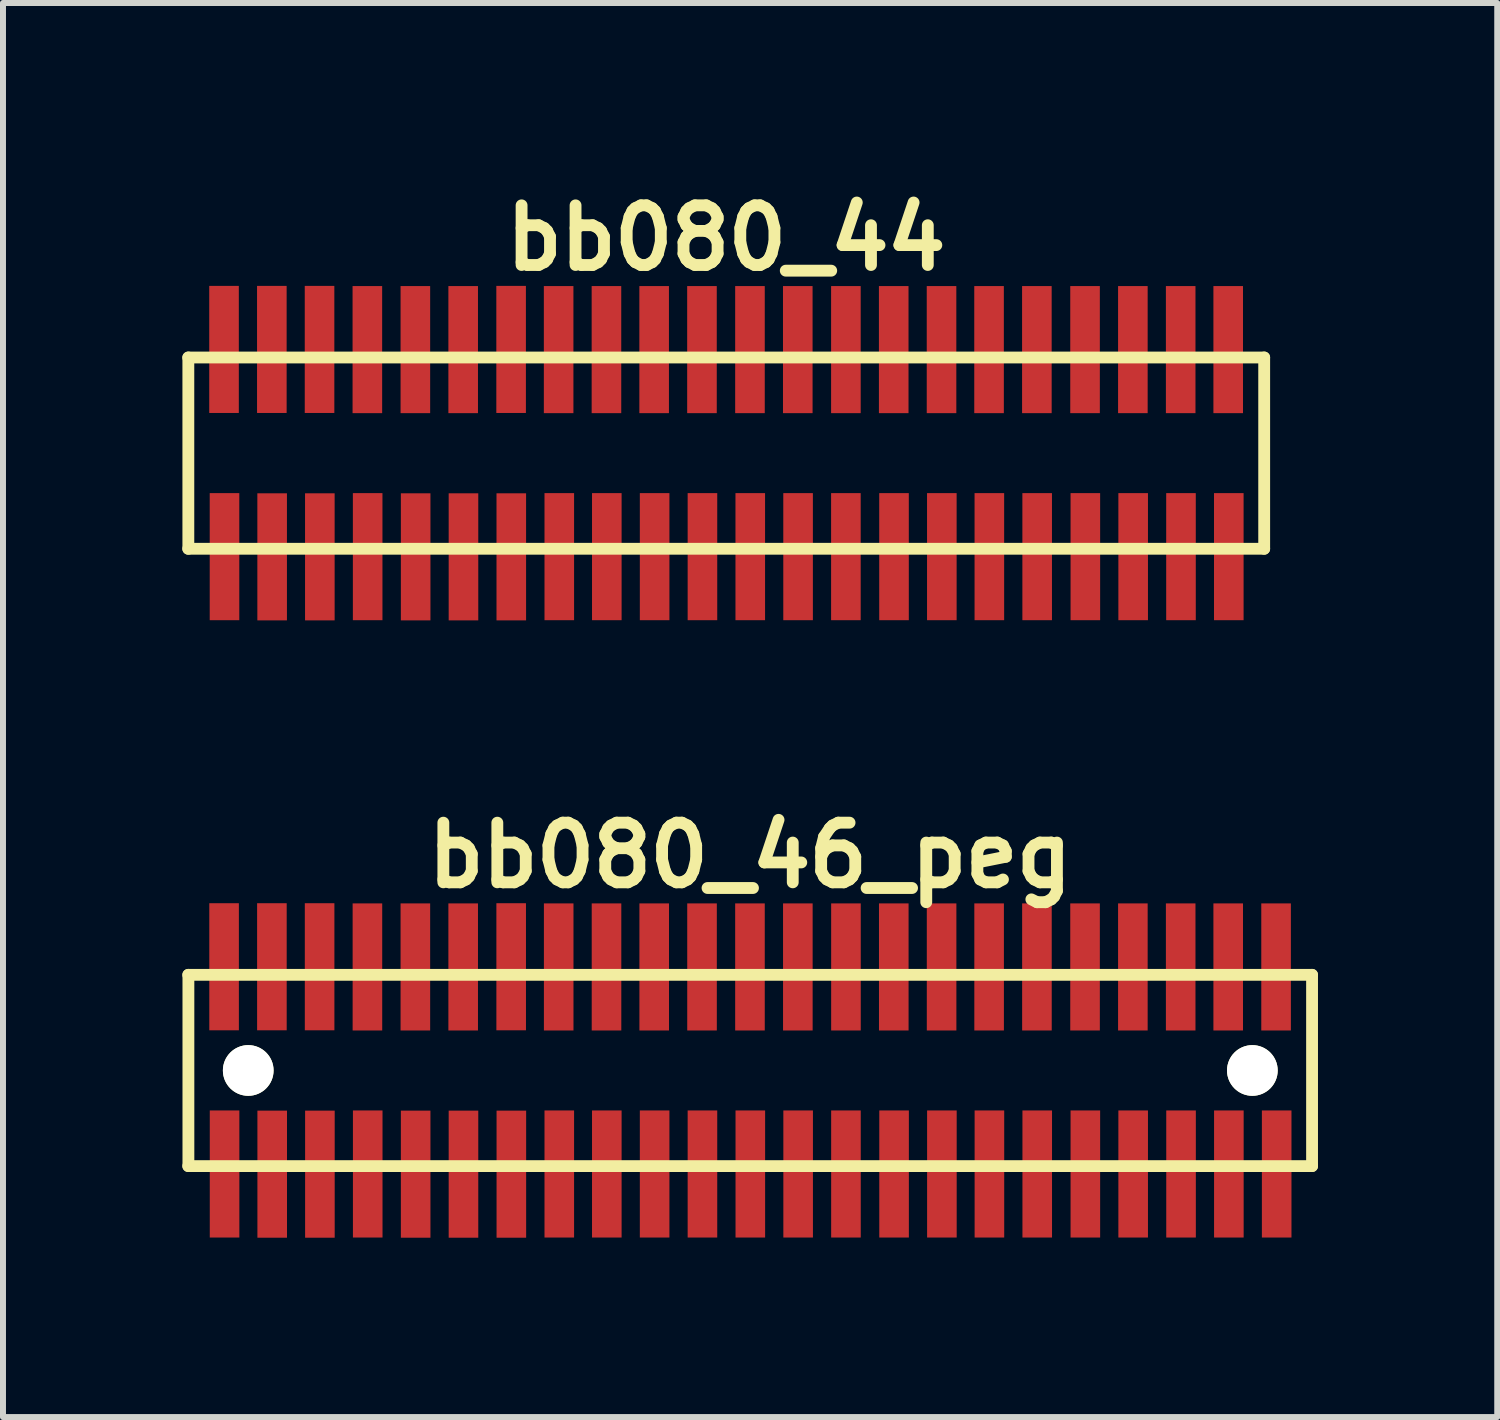
<source format=kicad_pcb>
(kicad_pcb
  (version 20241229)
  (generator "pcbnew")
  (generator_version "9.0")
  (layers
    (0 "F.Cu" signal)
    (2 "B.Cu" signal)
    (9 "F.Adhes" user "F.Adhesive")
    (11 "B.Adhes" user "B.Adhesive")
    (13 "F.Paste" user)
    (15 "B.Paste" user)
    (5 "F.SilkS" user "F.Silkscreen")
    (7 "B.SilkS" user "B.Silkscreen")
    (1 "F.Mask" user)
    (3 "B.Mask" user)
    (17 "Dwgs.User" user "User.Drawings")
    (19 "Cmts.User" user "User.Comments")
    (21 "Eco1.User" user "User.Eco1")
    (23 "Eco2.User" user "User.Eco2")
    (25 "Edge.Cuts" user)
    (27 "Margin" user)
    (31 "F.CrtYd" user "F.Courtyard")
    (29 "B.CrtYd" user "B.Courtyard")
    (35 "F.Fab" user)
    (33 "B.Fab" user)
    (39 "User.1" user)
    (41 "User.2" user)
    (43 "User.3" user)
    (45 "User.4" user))
  (footprint "bb080_44"
    (layer "F.Cu")
    (at 9.098 4.531)
    (property "Reference" "bb080_44" (at 0 -3.599 0) (layer "F.SilkS") (effects (font (size 0.998 0.998) (thickness 0.198))))
    (attr through_hole)
    (fp_line (start -8.999 -1.6) (end 9.002 -1.6) (stroke (width 0.198) (type solid)) (layer "F.SilkS"))
    (fp_line (start -8.997 -1.6) (end -8.997 1.6) (stroke (width 0.198) (type solid)) (layer "F.SilkS"))
    (fp_line (start 9.002 1.6) (end -8.999 1.6) (stroke (width 0.198) (type solid)) (layer "F.SilkS"))
    (fp_line (start 9.002 1.6) (end 9.002 -1.6) (stroke (width 0.198) (type solid)) (layer "F.SilkS"))
    (pad "1" smd rect (at -8.392 1.732) (size 0.495 2.126) (layers "F.Cu" "F.Mask" "F.Paste"))
    (pad "2" smd rect (at -8.4 -1.735) (size 0.495 2.126) (layers "F.Cu" "F.Mask" "F.Paste"))
    (pad "3" smd rect (at -7.595 1.735) (size 0.495 2.126) (layers "F.Cu" "F.Mask" "F.Paste"))
    (pad "4" smd rect (at -7.6 -1.735) (size 0.495 2.126) (layers "F.Cu" "F.Mask" "F.Paste"))
    (pad "5" smd rect (at -6.797 1.735) (size 0.495 2.126) (layers "F.Cu" "F.Mask" "F.Paste"))
    (pad "6" smd rect (at -6.802 -1.735) (size 0.495 2.126) (layers "F.Cu" "F.Mask" "F.Paste"))
    (pad "7" smd rect (at -5.997 1.732) (size 0.495 2.126) (layers "F.Cu" "F.Mask" "F.Paste"))
    (pad "8" smd rect (at -6.002 -1.732) (size 0.495 2.126) (layers "F.Cu" "F.Mask" "F.Paste"))
    (pad "9" smd rect (at -5.194 1.735) (size 0.495 2.126) (layers "F.Cu" "F.Mask" "F.Paste"))
    (pad "10" smd rect (at -5.199 -1.732) (size 0.495 2.126) (layers "F.Cu" "F.Mask" "F.Paste"))
    (pad "11" smd rect (at -4.394 1.735) (size 0.495 2.126) (layers "F.Cu" "F.Mask" "F.Paste"))
    (pad "12" smd rect (at -4.399 -1.732) (size 0.495 2.126) (layers "F.Cu" "F.Mask" "F.Paste"))
    (pad "13" smd rect (at -3.594 1.735) (size 0.495 2.126) (layers "F.Cu" "F.Mask" "F.Paste"))
    (pad "14" smd rect (at -3.597 -1.735) (size 0.495 2.126) (layers "F.Cu" "F.Mask" "F.Paste"))
    (pad "15" smd rect (at -2.791 1.732) (size 0.495 2.126) (layers "F.Cu" "F.Mask" "F.Paste"))
    (pad "16" smd rect (at -2.802 -1.732) (size 0.495 2.126) (layers "F.Cu" "F.Mask" "F.Paste"))
    (pad "17" smd rect (at -1.996 1.732) (size 0.495 2.126) (layers "F.Cu" "F.Mask" "F.Paste"))
    (pad "18" smd rect (at -2.002 -1.732) (size 0.495 2.126) (layers "F.Cu" "F.Mask" "F.Paste"))
    (pad "19" smd rect (at -1.196 1.732) (size 0.495 2.126) (layers "F.Cu" "F.Mask" "F.Paste"))
    (pad "20" smd rect (at -1.204 -1.732) (size 0.495 2.126) (layers "F.Cu" "F.Mask" "F.Paste"))
    (pad "21" smd rect (at -0.396 1.732) (size 0.495 2.126) (layers "F.Cu" "F.Mask" "F.Paste"))
    (pad "22" smd rect (at -0.404 -1.732) (size 0.495 2.126) (layers "F.Cu" "F.Mask" "F.Paste"))
    (pad "23" smd rect (at 0.404 1.732) (size 0.495 2.126) (layers "F.Cu" "F.Mask" "F.Paste"))
    (pad "24" smd rect (at 0.399 -1.732) (size 0.495 2.126) (layers "F.Cu" "F.Mask" "F.Paste"))
    (pad "25" smd rect (at 1.204 1.732) (size 0.495 2.126) (layers "F.Cu" "F.Mask" "F.Paste"))
    (pad "26" smd rect (at 1.199 -1.732) (size 0.495 2.126) (layers "F.Cu" "F.Mask" "F.Paste"))
    (pad "27" smd rect (at 2.004 1.732) (size 0.495 2.126) (layers "F.Cu" "F.Mask" "F.Paste"))
    (pad "28" smd rect (at 2.004 -1.732) (size 0.495 2.126) (layers "F.Cu" "F.Mask" "F.Paste"))
    (pad "29" smd rect (at 2.809 1.732) (size 0.495 2.126) (layers "F.Cu" "F.Mask" "F.Paste"))
    (pad "30" smd rect (at 2.804 -1.732) (size 0.495 2.126) (layers "F.Cu" "F.Mask" "F.Paste"))
    (pad "31" smd rect (at 3.609 1.732) (size 0.495 2.126) (layers "F.Cu" "F.Mask" "F.Paste"))
    (pad "32" smd rect (at 3.604 -1.732) (size 0.495 2.126) (layers "F.Cu" "F.Mask" "F.Paste"))
    (pad "33" smd rect (at 4.404 1.732) (size 0.495 2.126) (layers "F.Cu" "F.Mask" "F.Paste"))
    (pad "34" smd rect (at 4.399 -1.732) (size 0.495 2.126) (layers "F.Cu" "F.Mask" "F.Paste"))
    (pad "35" smd rect (at 5.204 1.732) (size 0.495 2.126) (layers "F.Cu" "F.Mask" "F.Paste"))
    (pad "36" smd rect (at 5.199 -1.732) (size 0.495 2.126) (layers "F.Cu" "F.Mask" "F.Paste"))
    (pad "37" smd rect (at 6.01 1.732) (size 0.495 2.126) (layers "F.Cu" "F.Mask" "F.Paste"))
    (pad "38" smd rect (at 6.005 -1.732) (size 0.495 2.126) (layers "F.Cu" "F.Mask" "F.Paste"))
    (pad "39" smd rect (at 6.81 1.732) (size 0.495 2.126) (layers "F.Cu" "F.Mask" "F.Paste"))
    (pad "40" smd rect (at 6.805 -1.732) (size 0.495 2.126) (layers "F.Cu" "F.Mask" "F.Paste"))
    (pad "41" smd rect (at 7.61 1.732) (size 0.495 2.126) (layers "F.Cu" "F.Mask" "F.Paste"))
    (pad "42" smd rect (at 7.605 -1.732) (size 0.495 2.126) (layers "F.Cu" "F.Mask" "F.Paste"))
    (pad "43" smd rect (at 8.41 1.732) (size 0.495 2.126) (layers "F.Cu" "F.Mask" "F.Paste"))
    (pad "44" smd rect (at 8.4 -1.732) (size 0.495 2.126) (layers "F.Cu" "F.Mask" "F.Paste")))
  (footprint "bb080_46_peg"
    (layer "F.Cu")
    (at 9.5 14.859)
    (property "Reference" "bb080_46_peg" (at 0 -3.599 0) (layer "F.SilkS") (effects (font (size 0.998 0.998) (thickness 0.198))))
    (attr through_hole)
    (fp_line (start -9.401 1.6) (end 9.401 1.6) (stroke (width 0.198) (type solid)) (layer "F.SilkS"))
    (fp_line (start -9.398 -1.6) (end -9.398 1.6) (stroke (width 0.198) (type solid)) (layer "F.SilkS"))
    (fp_line (start 9.401 -1.6) (end -9.401 -1.6) (stroke (width 0.198) (type solid)) (layer "F.SilkS"))
    (fp_line (start 9.401 1.6) (end 9.401 -1.6) (stroke (width 0.198) (type solid)) (layer "F.SilkS"))
    (pad "" np_thru_hole circle (at -8.397 0) (size 0.848 0.848) (drill 0.848) (layers "*.Cu" "*.Mask" "F.SilkS"))
    (pad "" np_thru_hole circle (at 8.402 0) (size 0.848 0.848) (drill 0.848) (layers "*.Cu" "*.Mask" "F.SilkS"))
    (pad "1" smd rect (at -8.793 1.732) (size 0.495 2.126) (layers "F.Cu" "F.Mask" "F.Paste"))
    (pad "2" smd rect (at -8.801 -1.735) (size 0.495 2.126) (layers "F.Cu" "F.Mask" "F.Paste"))
    (pad "3" smd rect (at -7.996 1.735) (size 0.495 2.126) (layers "F.Cu" "F.Mask" "F.Paste"))
    (pad "4" smd rect (at -8.001 -1.735) (size 0.495 2.126) (layers "F.Cu" "F.Mask" "F.Paste"))
    (pad "5" smd rect (at -7.198 1.735) (size 0.495 2.126) (layers "F.Cu" "F.Mask" "F.Paste"))
    (pad "6" smd rect (at -7.203 -1.735) (size 0.495 2.126) (layers "F.Cu" "F.Mask" "F.Paste"))
    (pad "7" smd rect (at -6.398 1.732) (size 0.495 2.126) (layers "F.Cu" "F.Mask" "F.Paste"))
    (pad "8" smd rect (at -6.403 -1.732) (size 0.495 2.126) (layers "F.Cu" "F.Mask" "F.Paste"))
    (pad "9" smd rect (at -5.596 1.735) (size 0.495 2.126) (layers "F.Cu" "F.Mask" "F.Paste"))
    (pad "10" smd rect (at -5.601 -1.732) (size 0.495 2.126) (layers "F.Cu" "F.Mask" "F.Paste"))
    (pad "11" smd rect (at -4.796 1.735) (size 0.495 2.126) (layers "F.Cu" "F.Mask" "F.Paste"))
    (pad "12" smd rect (at -4.801 -1.732) (size 0.495 2.126) (layers "F.Cu" "F.Mask" "F.Paste"))
    (pad "13" smd rect (at -3.995 1.735) (size 0.495 2.126) (layers "F.Cu" "F.Mask" "F.Paste"))
    (pad "14" smd rect (at -3.998 -1.735) (size 0.495 2.126) (layers "F.Cu" "F.Mask" "F.Paste"))
    (pad "15" smd rect (at -3.193 1.732) (size 0.495 2.126) (layers "F.Cu" "F.Mask" "F.Paste"))
    (pad "16" smd rect (at -3.203 -1.732) (size 0.495 2.126) (layers "F.Cu" "F.Mask" "F.Paste"))
    (pad "17" smd rect (at -2.398 1.732) (size 0.495 2.126) (layers "F.Cu" "F.Mask" "F.Paste"))
    (pad "18" smd rect (at -2.403 -1.732) (size 0.495 2.126) (layers "F.Cu" "F.Mask" "F.Paste"))
    (pad "19" smd rect (at -1.598 1.732) (size 0.495 2.126) (layers "F.Cu" "F.Mask" "F.Paste"))
    (pad "20" smd rect (at -1.605 -1.732) (size 0.495 2.126) (layers "F.Cu" "F.Mask" "F.Paste"))
    (pad "21" smd rect (at -0.798 1.732) (size 0.495 2.126) (layers "F.Cu" "F.Mask" "F.Paste"))
    (pad "22" smd rect (at -0.805 -1.732) (size 0.495 2.126) (layers "F.Cu" "F.Mask" "F.Paste"))
    (pad "23" smd rect (at 0.003 1.732) (size 0.495 2.126) (layers "F.Cu" "F.Mask" "F.Paste"))
    (pad "24" smd rect (at -0.003 -1.732) (size 0.495 2.126) (layers "F.Cu" "F.Mask" "F.Paste"))
    (pad "25" smd rect (at 0.803 1.732) (size 0.495 2.126) (layers "F.Cu" "F.Mask" "F.Paste"))
    (pad "26" smd rect (at 0.798 -1.732) (size 0.495 2.126) (layers "F.Cu" "F.Mask" "F.Paste"))
    (pad "27" smd rect (at 1.603 1.732) (size 0.495 2.126) (layers "F.Cu" "F.Mask" "F.Paste"))
    (pad "28" smd rect (at 1.603 -1.732) (size 0.495 2.126) (layers "F.Cu" "F.Mask" "F.Paste"))
    (pad "29" smd rect (at 2.408 1.732) (size 0.495 2.126) (layers "F.Cu" "F.Mask" "F.Paste"))
    (pad "30" smd rect (at 2.403 -1.732) (size 0.495 2.126) (layers "F.Cu" "F.Mask" "F.Paste"))
    (pad "31" smd rect (at 3.208 1.732) (size 0.495 2.126) (layers "F.Cu" "F.Mask" "F.Paste"))
    (pad "32" smd rect (at 3.203 -1.732) (size 0.495 2.126) (layers "F.Cu" "F.Mask" "F.Paste"))
    (pad "33" smd rect (at 4.003 1.732) (size 0.495 2.126) (layers "F.Cu" "F.Mask" "F.Paste"))
    (pad "34" smd rect (at 3.998 -1.732) (size 0.495 2.126) (layers "F.Cu" "F.Mask" "F.Paste"))
    (pad "35" smd rect (at 4.803 1.732) (size 0.495 2.126) (layers "F.Cu" "F.Mask" "F.Paste"))
    (pad "36" smd rect (at 4.798 -1.732) (size 0.495 2.126) (layers "F.Cu" "F.Mask" "F.Paste"))
    (pad "37" smd rect (at 5.608 1.732) (size 0.495 2.126) (layers "F.Cu" "F.Mask" "F.Paste"))
    (pad "38" smd rect (at 5.603 -1.732) (size 0.495 2.126) (layers "F.Cu" "F.Mask" "F.Paste"))
    (pad "39" smd rect (at 6.408 1.732) (size 0.495 2.126) (layers "F.Cu" "F.Mask" "F.Paste"))
    (pad "40" smd rect (at 6.403 -1.732) (size 0.495 2.126) (layers "F.Cu" "F.Mask" "F.Paste"))
    (pad "41" smd rect (at 7.209 1.732) (size 0.495 2.126) (layers "F.Cu" "F.Mask" "F.Paste"))
    (pad "42" smd rect (at 7.203 -1.732) (size 0.495 2.126) (layers "F.Cu" "F.Mask" "F.Paste"))
    (pad "43" smd rect (at 8.009 1.732) (size 0.495 2.126) (layers "F.Cu" "F.Mask" "F.Paste"))
    (pad "44" smd rect (at 7.998 -1.732) (size 0.495 2.126) (layers "F.Cu" "F.Mask" "F.Paste"))
    (pad "45" smd rect (at 8.809 1.732) (size 0.495 2.126) (layers "F.Cu" "F.Mask" "F.Paste"))
    (pad "46" smd rect (at 8.799 -1.732) (size 0.495 2.126) (layers "F.Cu" "F.Mask" "F.Paste")))
  (gr_rect
    (start -3 -3)
    (end 21.999 20.657)
    (stroke (width 0.1) (type default))
    (fill no)
    (layer "Edge.Cuts")))
</source>
